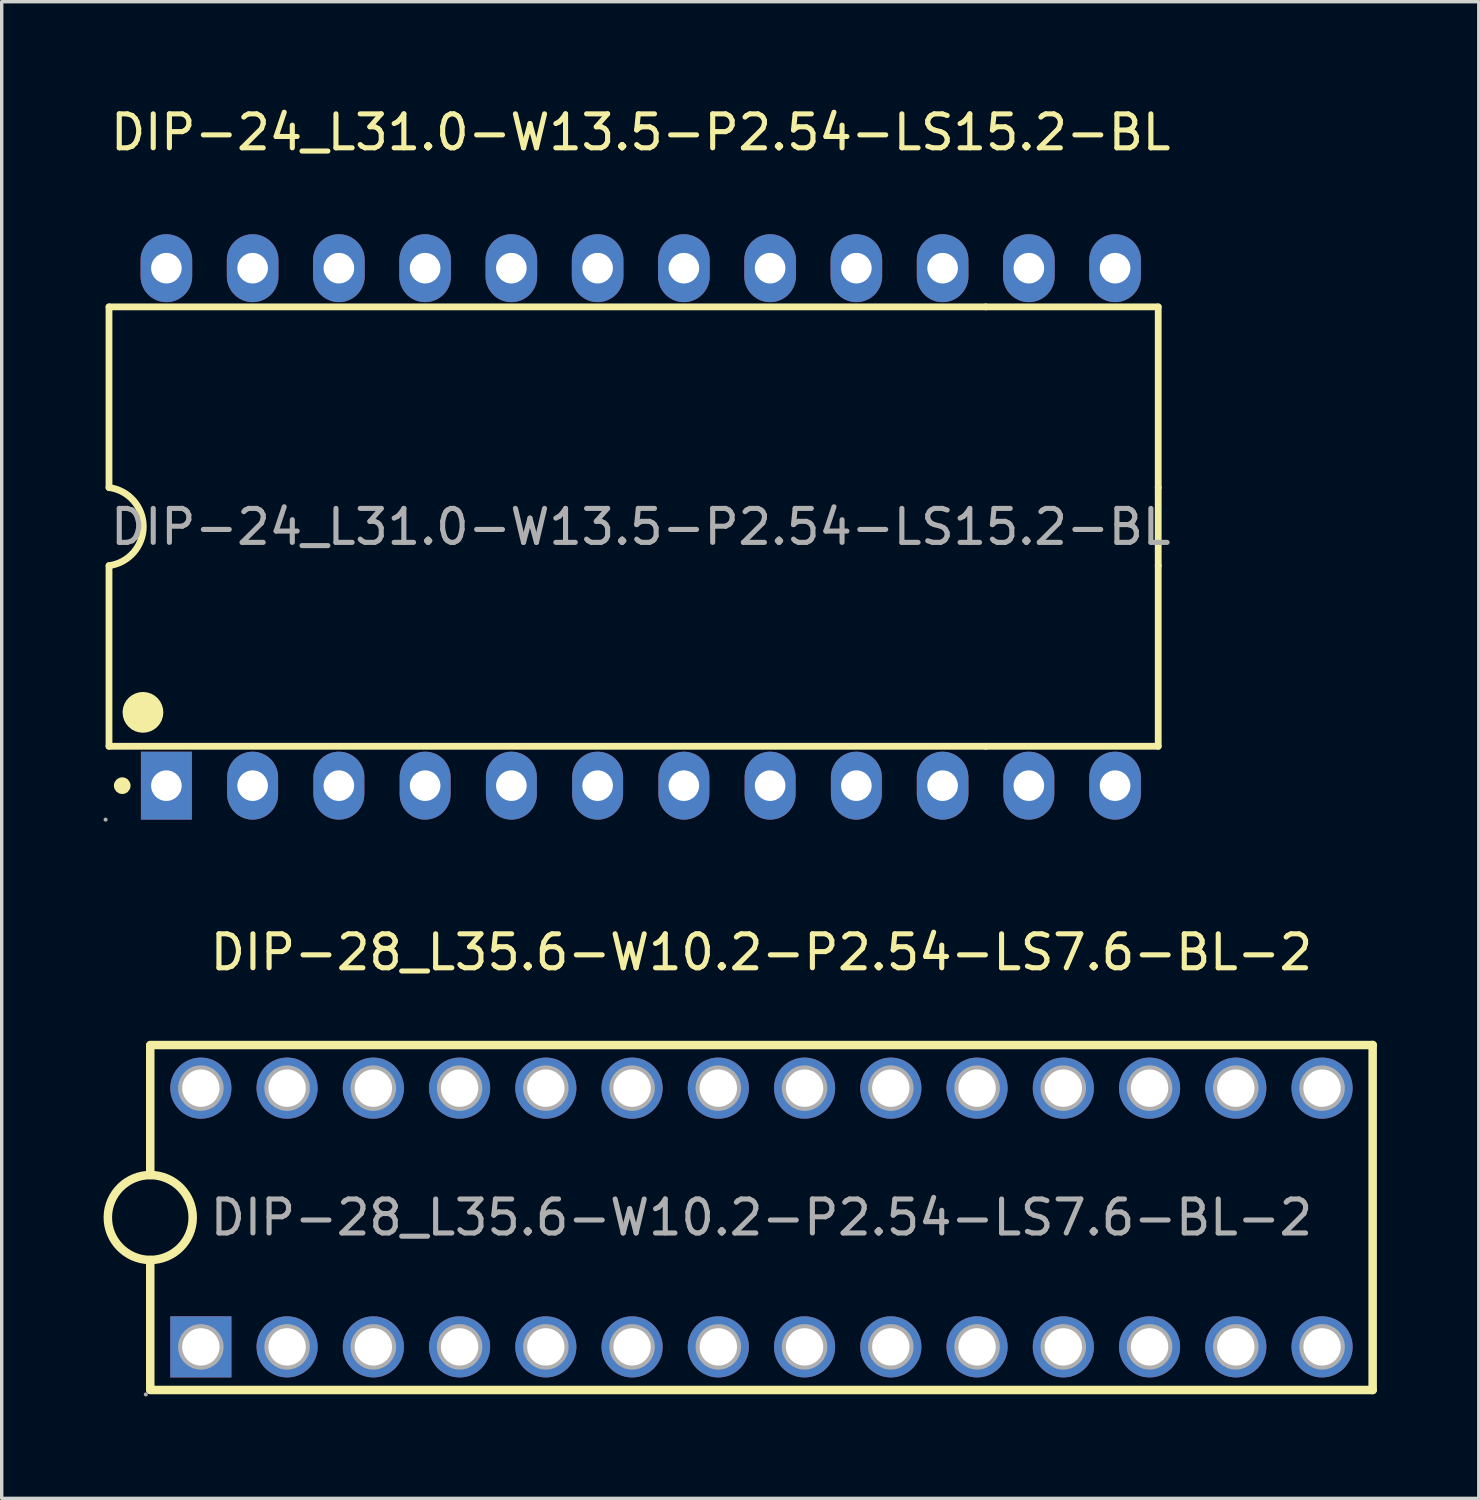
<source format=kicad_pcb>
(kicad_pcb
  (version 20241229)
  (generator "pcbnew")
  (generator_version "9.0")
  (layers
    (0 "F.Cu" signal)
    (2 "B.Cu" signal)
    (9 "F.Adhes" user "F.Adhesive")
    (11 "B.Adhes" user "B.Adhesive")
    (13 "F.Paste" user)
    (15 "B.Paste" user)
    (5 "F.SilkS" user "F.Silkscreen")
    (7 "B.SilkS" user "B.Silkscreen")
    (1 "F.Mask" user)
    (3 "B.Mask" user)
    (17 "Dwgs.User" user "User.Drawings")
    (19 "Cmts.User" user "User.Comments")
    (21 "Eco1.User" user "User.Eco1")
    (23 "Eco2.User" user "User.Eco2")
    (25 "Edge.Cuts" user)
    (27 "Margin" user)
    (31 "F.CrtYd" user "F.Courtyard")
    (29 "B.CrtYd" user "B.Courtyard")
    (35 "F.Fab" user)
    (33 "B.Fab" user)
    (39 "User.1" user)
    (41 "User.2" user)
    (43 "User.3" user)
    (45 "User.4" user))
  (footprint "DIP-28_L35.6-W10.2-P2.54-LS7.6-BL-2"
    (layer "F.Cu")
    (at 19.375 32.806)
    (property "Reference" "DIP-28_L35.6-W10.2-P2.54-LS7.6-BL-2" (at 0 -7.81 0) (layer "F.SilkS") (effects (font (size 1 1) (thickness 0.15))))
    (attr through_hole)
    (fp_line (start -18 -5.08) (end 18 -5.08) (stroke (width 0.25) (type solid)) (layer "F.SilkS"))
    (fp_line (start -18 -5.05) (end -18 -1.25) (stroke (width 0.25) (type solid)) (layer "F.SilkS"))
    (fp_line (start -18 1.25) (end -18 5.05) (stroke (width 0.25) (type solid)) (layer "F.SilkS"))
    (fp_line (start 18 -5.08) (end 18 5.08) (stroke (width 0.25) (type solid)) (layer "F.SilkS"))
    (fp_line (start 18 5.08) (end -18 5.08) (stroke (width 0.25) (type solid)) (layer "F.SilkS"))
    (fp_arc (start -18.021816 1.24981) (mid -17.989092 -1.249953) (end -18 1.25) (stroke (width 0.25) (type solid)) (layer "F.SilkS"))
    (fp_circle (center -18.13 5.21) (end -18.1 5.21) (stroke (width 0.06) (type solid)) (fill no) (layer "F.Fab"))
    (fp_circle (center -16.51 -3.81) (end -16.29 -3.81) (stroke (width 0.45) (type solid)) (fill no) (layer "F.Fab"))
    (fp_circle (center -16.51 3.81) (end -16.29 3.81) (stroke (width 0.45) (type solid)) (fill no) (layer "F.Fab"))
    (fp_circle (center -13.97 -3.81) (end -13.75 -3.81) (stroke (width 0.45) (type solid)) (fill no) (layer "F.Fab"))
    (fp_circle (center -13.97 3.81) (end -13.75 3.81) (stroke (width 0.45) (type solid)) (fill no) (layer "F.Fab"))
    (fp_circle (center -11.43 -3.81) (end -11.21 -3.81) (stroke (width 0.45) (type solid)) (fill no) (layer "F.Fab"))
    (fp_circle (center -11.43 3.81) (end -11.21 3.81) (stroke (width 0.45) (type solid)) (fill no) (layer "F.Fab"))
    (fp_circle (center -8.89 -3.81) (end -8.67 -3.81) (stroke (width 0.45) (type solid)) (fill no) (layer "F.Fab"))
    (fp_circle (center -8.89 3.81) (end -8.67 3.81) (stroke (width 0.45) (type solid)) (fill no) (layer "F.Fab"))
    (fp_circle (center -6.35 -3.81) (end -6.13 -3.81) (stroke (width 0.45) (type solid)) (fill no) (layer "F.Fab"))
    (fp_circle (center -6.35 3.81) (end -6.13 3.81) (stroke (width 0.45) (type solid)) (fill no) (layer "F.Fab"))
    (fp_circle (center -3.81 -3.81) (end -3.59 -3.81) (stroke (width 0.45) (type solid)) (fill no) (layer "F.Fab"))
    (fp_circle (center -3.81 3.81) (end -3.59 3.81) (stroke (width 0.45) (type solid)) (fill no) (layer "F.Fab"))
    (fp_circle (center -1.27 -3.81) (end -1.05 -3.81) (stroke (width 0.45) (type solid)) (fill no) (layer "F.Fab"))
    (fp_circle (center -1.27 3.81) (end -1.05 3.81) (stroke (width 0.45) (type solid)) (fill no) (layer "F.Fab"))
    (fp_circle (center 1.27 -3.81) (end 1.49 -3.81) (stroke (width 0.45) (type solid)) (fill no) (layer "F.Fab"))
    (fp_circle (center 1.27 3.81) (end 1.49 3.81) (stroke (width 0.45) (type solid)) (fill no) (layer "F.Fab"))
    (fp_circle (center 3.81 -3.81) (end 4.03 -3.81) (stroke (width 0.45) (type solid)) (fill no) (layer "F.Fab"))
    (fp_circle (center 3.81 3.81) (end 4.03 3.81) (stroke (width 0.45) (type solid)) (fill no) (layer "F.Fab"))
    (fp_circle (center 6.35 -3.81) (end 6.57 -3.81) (stroke (width 0.45) (type solid)) (fill no) (layer "F.Fab"))
    (fp_circle (center 6.35 3.81) (end 6.57 3.81) (stroke (width 0.45) (type solid)) (fill no) (layer "F.Fab"))
    (fp_circle (center 8.89 -3.81) (end 9.11 -3.81) (stroke (width 0.45) (type solid)) (fill no) (layer "F.Fab"))
    (fp_circle (center 8.89 3.81) (end 9.11 3.81) (stroke (width 0.45) (type solid)) (fill no) (layer "F.Fab"))
    (fp_circle (center 11.43 -3.81) (end 11.65 -3.81) (stroke (width 0.45) (type solid)) (fill no) (layer "F.Fab"))
    (fp_circle (center 11.43 3.81) (end 11.65 3.81) (stroke (width 0.45) (type solid)) (fill no) (layer "F.Fab"))
    (fp_circle (center 13.97 -3.81) (end 14.19 -3.81) (stroke (width 0.45) (type solid)) (fill no) (layer "F.Fab"))
    (fp_circle (center 13.97 3.81) (end 14.19 3.81) (stroke (width 0.45) (type solid)) (fill no) (layer "F.Fab"))
    (fp_circle (center 16.51 -3.81) (end 16.73 -3.81) (stroke (width 0.45) (type solid)) (fill no) (layer "F.Fab"))
    (fp_circle (center 16.51 3.81) (end 16.73 3.81) (stroke (width 0.45) (type solid)) (fill no) (layer "F.Fab"))
    (fp_text user "${REFERENCE}" (at 0 0 0) (layer "F.Fab") (effects (font (size 1 1) (thickness 0.15))))
    (pad "1" thru_hole rect (at -16.51 3.81) (size 1.8 1.8) (drill 1.1) (layers "*.Cu" "*.Paste" "*.Mask"))
    (pad "2" thru_hole circle (at -13.97 3.81) (size 1.8 1.8) (drill 1.1) (layers "*.Cu" "*.Paste" "*.Mask"))
    (pad "3" thru_hole circle (at -11.43 3.81) (size 1.8 1.8) (drill 1.1) (layers "*.Cu" "*.Paste" "*.Mask"))
    (pad "4" thru_hole circle (at -8.89 3.81) (size 1.8 1.8) (drill 1.1) (layers "*.Cu" "*.Paste" "*.Mask"))
    (pad "5" thru_hole circle (at -6.35 3.81) (size 1.8 1.8) (drill 1.1) (layers "*.Cu" "*.Paste" "*.Mask"))
    (pad "6" thru_hole circle (at -3.81 3.81) (size 1.8 1.8) (drill 1.1) (layers "*.Cu" "*.Paste" "*.Mask"))
    (pad "7" thru_hole circle (at -1.27 3.81) (size 1.8 1.8) (drill 1.1) (layers "*.Cu" "*.Paste" "*.Mask"))
    (pad "8" thru_hole circle (at 1.27 3.81) (size 1.8 1.8) (drill 1.1) (layers "*.Cu" "*.Paste" "*.Mask"))
    (pad "9" thru_hole circle (at 3.81 3.81) (size 1.8 1.8) (drill 1.1) (layers "*.Cu" "*.Paste" "*.Mask"))
    (pad "10" thru_hole circle (at 6.35 3.81) (size 1.8 1.8) (drill 1.1) (layers "*.Cu" "*.Paste" "*.Mask"))
    (pad "11" thru_hole circle (at 8.89 3.81) (size 1.8 1.8) (drill 1.1) (layers "*.Cu" "*.Paste" "*.Mask"))
    (pad "12" thru_hole circle (at 11.43 3.81) (size 1.8 1.8) (drill 1.1) (layers "*.Cu" "*.Paste" "*.Mask"))
    (pad "13" thru_hole circle (at 13.97 3.81) (size 1.8 1.8) (drill 1.1) (layers "*.Cu" "*.Paste" "*.Mask"))
    (pad "14" thru_hole circle (at 16.51 3.81) (size 1.8 1.8) (drill 1.1) (layers "*.Cu" "*.Paste" "*.Mask"))
    (pad "15" thru_hole circle (at 16.51 -3.81) (size 1.8 1.8) (drill 1.1) (layers "*.Cu" "*.Paste" "*.Mask"))
    (pad "16" thru_hole circle (at 13.97 -3.81) (size 1.8 1.8) (drill 1.1) (layers "*.Cu" "*.Paste" "*.Mask"))
    (pad "17" thru_hole circle (at 11.43 -3.81) (size 1.8 1.8) (drill 1.1) (layers "*.Cu" "*.Paste" "*.Mask"))
    (pad "18" thru_hole circle (at 8.89 -3.81) (size 1.8 1.8) (drill 1.1) (layers "*.Cu" "*.Paste" "*.Mask"))
    (pad "19" thru_hole circle (at 6.35 -3.81) (size 1.8 1.8) (drill 1.1) (layers "*.Cu" "*.Paste" "*.Mask"))
    (pad "20" thru_hole circle (at 3.81 -3.81) (size 1.8 1.8) (drill 1.1) (layers "*.Cu" "*.Paste" "*.Mask"))
    (pad "21" thru_hole circle (at 1.27 -3.81) (size 1.8 1.8) (drill 1.1) (layers "*.Cu" "*.Paste" "*.Mask"))
    (pad "22" thru_hole circle (at -1.27 -3.81) (size 1.8 1.8) (drill 1.1) (layers "*.Cu" "*.Paste" "*.Mask"))
    (pad "23" thru_hole circle (at -3.81 -3.81) (size 1.8 1.8) (drill 1.1) (layers "*.Cu" "*.Paste" "*.Mask"))
    (pad "24" thru_hole circle (at -6.35 -3.81) (size 1.8 1.8) (drill 1.1) (layers "*.Cu" "*.Paste" "*.Mask"))
    (pad "25" thru_hole circle (at -8.89 -3.81) (size 1.8 1.8) (drill 1.1) (layers "*.Cu" "*.Paste" "*.Mask"))
    (pad "26" thru_hole circle (at -11.43 -3.81) (size 1.8 1.8) (drill 1.1) (layers "*.Cu" "*.Paste" "*.Mask"))
    (pad "27" thru_hole circle (at -13.97 -3.81) (size 1.8 1.8) (drill 1.1) (layers "*.Cu" "*.Paste" "*.Mask"))
    (pad "28" thru_hole circle (at -16.51 -3.81) (size 1.8 1.8) (drill 1.1) (layers "*.Cu" "*.Paste" "*.Mask")))
  (footprint "DIP-24_L31.0-W13.5-P2.54-LS15.2-BL"
    (layer "F.Cu")
    (at 15.82 12.468)
    (property "Reference" "DIP-24_L31.0-W13.5-P2.54-LS15.2-BL" (at 0 -11.62 0) (layer "F.SilkS") (effects (font (size 1 1) (thickness 0.15))))
    (attr through_hole)
    (fp_line (start -15.66 -6.48) (end 10.16 -6.48) (stroke (width 0.2) (type solid)) (layer "F.SilkS"))
    (fp_line (start -15.66 -1.16) (end -15.66 -6.48) (stroke (width 0.2) (type solid)) (layer "F.SilkS"))
    (fp_line (start -15.66 6.46) (end -15.66 1.14) (stroke (width 0.2) (type solid)) (layer "F.SilkS"))
    (fp_line (start 10.16 -6.48) (end 15.24 -6.48) (stroke (width 0.2) (type solid)) (layer "F.SilkS"))
    (fp_line (start 10.16 6.46) (end -15.66 6.46) (stroke (width 0.2) (type solid)) (layer "F.SilkS"))
    (fp_line (start 15.24 -6.48) (end 15.24 -1.16) (stroke (width 0.2) (type solid)) (layer "F.SilkS"))
    (fp_line (start 15.24 -1.16) (end 15.24 1.14) (stroke (width 0.2) (type solid)) (layer "F.SilkS"))
    (fp_line (start 15.24 1.14) (end 15.24 6.46) (stroke (width 0.2) (type solid)) (layer "F.SilkS"))
    (fp_line (start 15.24 6.46) (end 10.16 6.46) (stroke (width 0.2) (type solid)) (layer "F.SilkS"))
    (fp_arc (start -15.66 -1.16) (mid -14.65026 -0.011996) (end -15.656043 1.139477) (stroke (width 0.2) (type solid)) (layer "F.SilkS"))
    (fp_arc (start -15.39 7.61) (mid -15.149687 7.624987) (end -15.390416 7.620034) (stroke (width 0.25) (type solid)) (layer "F.SilkS"))
    (fp_arc (start -14.96 5.45) (mid -14.359875 5.464999) (end -14.960167 5.460004) (stroke (width 0.6) (type solid)) (layer "F.SilkS"))
    (fp_circle (center -15.76 8.62) (end -15.73 8.62) (stroke (width 0.06) (type solid)) (fill no) (layer "F.Fab"))
    (fp_circle (center -13.97 -7.62) (end -13.79 -7.62) (stroke (width 0.35) (type solid)) (fill no) (layer "F.Fab"))
    (fp_circle (center -13.97 7.62) (end -13.79 7.62) (stroke (width 0.35) (type solid)) (fill no) (layer "F.Fab"))
    (fp_circle (center -11.43 -7.62) (end -11.25 -7.62) (stroke (width 0.35) (type solid)) (fill no) (layer "F.Fab"))
    (fp_circle (center -11.43 7.62) (end -11.25 7.62) (stroke (width 0.35) (type solid)) (fill no) (layer "F.Fab"))
    (fp_circle (center -8.89 -7.62) (end -8.71 -7.62) (stroke (width 0.35) (type solid)) (fill no) (layer "F.Fab"))
    (fp_circle (center -8.89 7.62) (end -8.71 7.62) (stroke (width 0.35) (type solid)) (fill no) (layer "F.Fab"))
    (fp_circle (center -6.35 -7.62) (end -6.17 -7.62) (stroke (width 0.35) (type solid)) (fill no) (layer "F.Fab"))
    (fp_circle (center -6.35 7.62) (end -6.17 7.62) (stroke (width 0.35) (type solid)) (fill no) (layer "F.Fab"))
    (fp_circle (center -3.81 -7.62) (end -3.63 -7.62) (stroke (width 0.35) (type solid)) (fill no) (layer "F.Fab"))
    (fp_circle (center -3.81 7.62) (end -3.63 7.62) (stroke (width 0.35) (type solid)) (fill no) (layer "F.Fab"))
    (fp_circle (center -1.27 -7.62) (end -1.09 -7.62) (stroke (width 0.35) (type solid)) (fill no) (layer "F.Fab"))
    (fp_circle (center -1.27 7.62) (end -1.09 7.62) (stroke (width 0.35) (type solid)) (fill no) (layer "F.Fab"))
    (fp_circle (center 1.27 -7.62) (end 1.45 -7.62) (stroke (width 0.35) (type solid)) (fill no) (layer "F.Fab"))
    (fp_circle (center 1.27 7.62) (end 1.45 7.62) (stroke (width 0.35) (type solid)) (fill no) (layer "F.Fab"))
    (fp_circle (center 3.81 -7.62) (end 3.99 -7.62) (stroke (width 0.35) (type solid)) (fill no) (layer "F.Fab"))
    (fp_circle (center 3.81 7.62) (end 3.99 7.62) (stroke (width 0.35) (type solid)) (fill no) (layer "F.Fab"))
    (fp_circle (center 6.35 -7.62) (end 6.53 -7.62) (stroke (width 0.35) (type solid)) (fill no) (layer "F.Fab"))
    (fp_circle (center 6.35 7.62) (end 6.53 7.62) (stroke (width 0.35) (type solid)) (fill no) (layer "F.Fab"))
    (fp_circle (center 8.89 -7.62) (end 9.07 -7.62) (stroke (width 0.35) (type solid)) (fill no) (layer "F.Fab"))
    (fp_circle (center 8.89 7.62) (end 9.07 7.62) (stroke (width 0.35) (type solid)) (fill no) (layer "F.Fab"))
    (fp_circle (center 11.43 -7.62) (end 11.61 -7.62) (stroke (width 0.35) (type solid)) (fill no) (layer "F.Fab"))
    (fp_circle (center 11.43 7.62) (end 11.61 7.62) (stroke (width 0.35) (type solid)) (fill no) (layer "F.Fab"))
    (fp_circle (center 13.97 -7.62) (end 14.15 -7.62) (stroke (width 0.35) (type solid)) (fill no) (layer "F.Fab"))
    (fp_circle (center 13.97 7.62) (end 14.15 7.62) (stroke (width 0.35) (type solid)) (fill no) (layer "F.Fab"))
    (fp_text user "${REFERENCE}" (at 0 0 0) (layer "F.Fab") (effects (font (size 1 1) (thickness 0.15))))
    (pad "1" thru_hole rect (at -13.97 7.62 90) (size 2 1.5) (drill 0.9) (layers "*.Cu" "*.Paste" "*.Mask"))
    (pad "2" thru_hole oval (at -11.43 7.62 90) (size 2 1.5) (drill 0.9) (layers "*.Cu" "*.Paste" "*.Mask"))
    (pad "3" thru_hole oval (at -8.89 7.62 90) (size 2 1.5) (drill 0.9) (layers "*.Cu" "*.Paste" "*.Mask"))
    (pad "4" thru_hole oval (at -6.35 7.62 90) (size 2 1.5) (drill 0.9) (layers "*.Cu" "*.Paste" "*.Mask"))
    (pad "5" thru_hole oval (at -3.81 7.62 90) (size 2 1.5) (drill 0.9) (layers "*.Cu" "*.Paste" "*.Mask"))
    (pad "6" thru_hole oval (at -1.27 7.62 90) (size 2 1.5) (drill 0.9) (layers "*.Cu" "*.Paste" "*.Mask"))
    (pad "7" thru_hole oval (at 1.27 7.62 90) (size 2 1.5) (drill 0.9) (layers "*.Cu" "*.Paste" "*.Mask"))
    (pad "8" thru_hole oval (at 3.81 7.62 90) (size 2 1.5) (drill 0.9) (layers "*.Cu" "*.Paste" "*.Mask"))
    (pad "9" thru_hole oval (at 6.35 7.62 90) (size 2 1.5) (drill 0.9) (layers "*.Cu" "*.Paste" "*.Mask"))
    (pad "10" thru_hole oval (at 8.89 7.62 90) (size 2 1.52) (drill 0.9) (layers "*.Cu" "*.Paste" "*.Mask"))
    (pad "11" thru_hole oval (at 11.43 7.62 90) (size 2 1.5) (drill 0.9) (layers "*.Cu" "*.Paste" "*.Mask"))
    (pad "12" thru_hole oval (at 13.97 7.62 90) (size 2 1.52) (drill 0.9) (layers "*.Cu" "*.Paste" "*.Mask"))
    (pad "13" thru_hole oval (at 13.97 -7.62 90) (size 2 1.52) (drill 0.9) (layers "*.Cu" "*.Paste" "*.Mask"))
    (pad "14" thru_hole oval (at 11.43 -7.62 90) (size 2 1.52) (drill 0.9) (layers "*.Cu" "*.Paste" "*.Mask"))
    (pad "15" thru_hole oval (at 8.89 -7.62 90) (size 2 1.52) (drill 0.9) (layers "*.Cu" "*.Paste" "*.Mask"))
    (pad "16" thru_hole oval (at 6.35 -7.62 90) (size 2 1.52) (drill 0.9) (layers "*.Cu" "*.Paste" "*.Mask"))
    (pad "17" thru_hole oval (at 3.81 -7.62 90) (size 2 1.52) (drill 0.9) (layers "*.Cu" "*.Paste" "*.Mask"))
    (pad "18" thru_hole oval (at 1.27 -7.62 90) (size 2 1.52) (drill 0.9) (layers "*.Cu" "*.Paste" "*.Mask"))
    (pad "19" thru_hole oval (at -1.27 -7.62 90) (size 2 1.52) (drill 0.9) (layers "*.Cu" "*.Paste" "*.Mask"))
    (pad "20" thru_hole oval (at -3.81 -7.62 90) (size 2 1.52) (drill 0.9) (layers "*.Cu" "*.Paste" "*.Mask"))
    (pad "21" thru_hole oval (at -6.35 -7.62 90) (size 2 1.52) (drill 0.9) (layers "*.Cu" "*.Paste" "*.Mask"))
    (pad "22" thru_hole oval (at -8.89 -7.62 90) (size 2 1.52) (drill 0.9) (layers "*.Cu" "*.Paste" "*.Mask"))
    (pad "23" thru_hole oval (at -11.43 -7.62 90) (size 2 1.52) (drill 0.9) (layers "*.Cu" "*.Paste" "*.Mask"))
    (pad "24" thru_hole oval (at -13.97 -7.62 90) (size 2 1.52) (drill 0.9) (layers "*.Cu" "*.Paste" "*.Mask")))
  (gr_rect
    (start -3 -3)
    (end 40.5 41.077)
    (stroke (width 0.1) (type default))
    (fill no)
    (layer "Edge.Cuts")))
</source>
